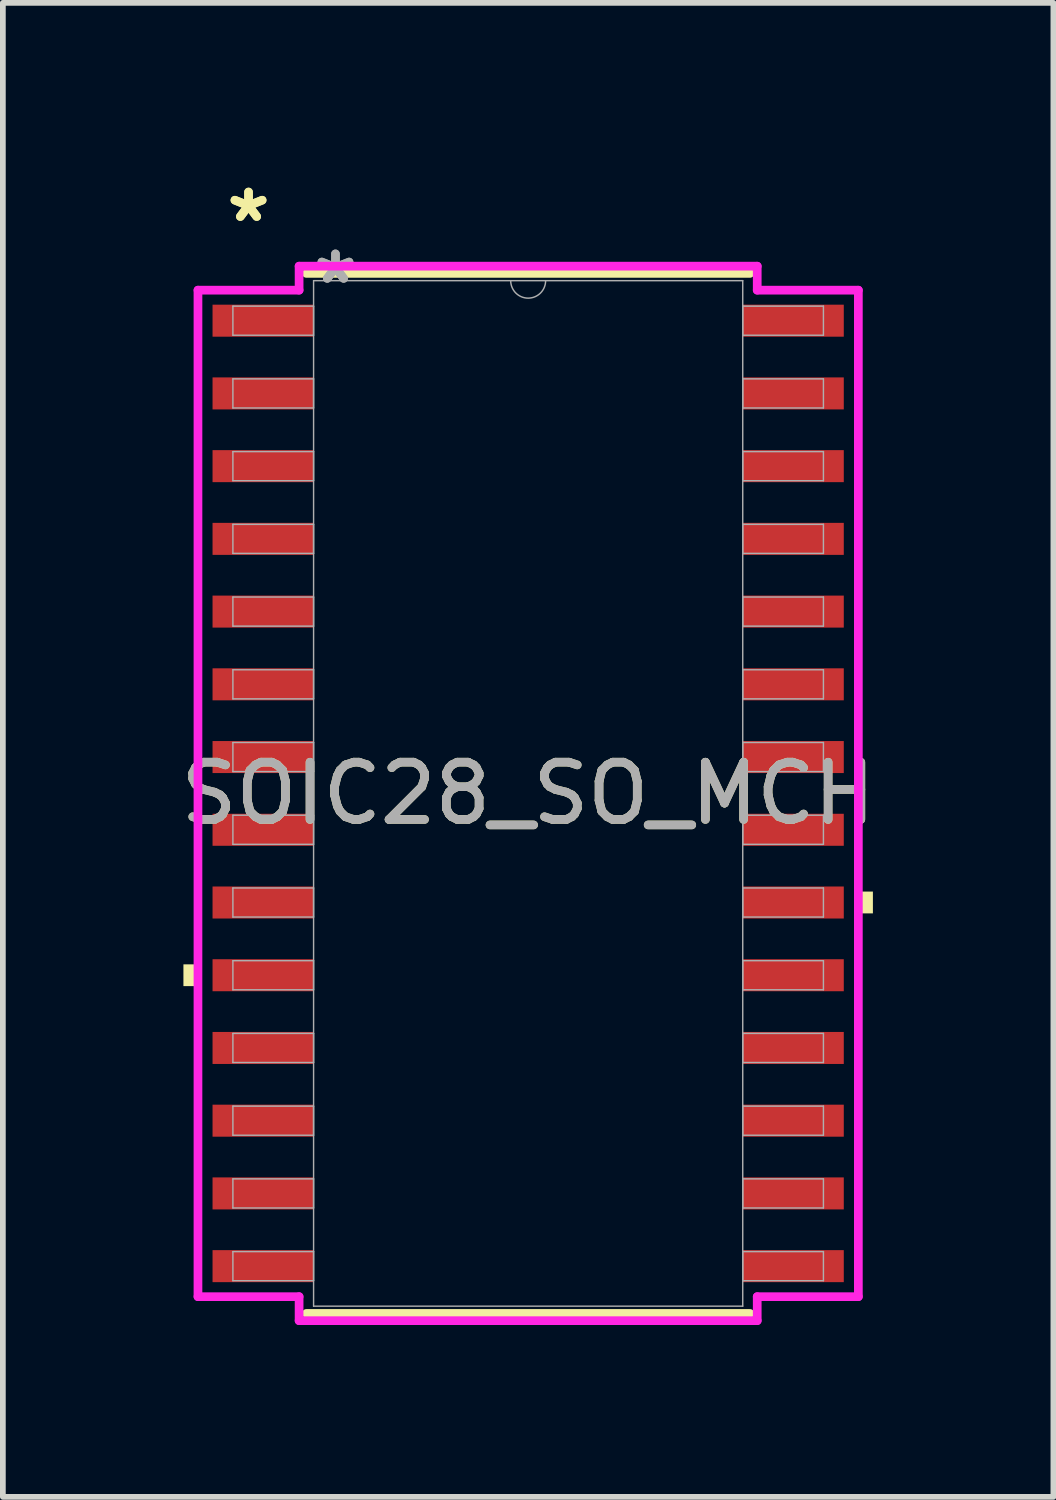
<source format=kicad_pcb>
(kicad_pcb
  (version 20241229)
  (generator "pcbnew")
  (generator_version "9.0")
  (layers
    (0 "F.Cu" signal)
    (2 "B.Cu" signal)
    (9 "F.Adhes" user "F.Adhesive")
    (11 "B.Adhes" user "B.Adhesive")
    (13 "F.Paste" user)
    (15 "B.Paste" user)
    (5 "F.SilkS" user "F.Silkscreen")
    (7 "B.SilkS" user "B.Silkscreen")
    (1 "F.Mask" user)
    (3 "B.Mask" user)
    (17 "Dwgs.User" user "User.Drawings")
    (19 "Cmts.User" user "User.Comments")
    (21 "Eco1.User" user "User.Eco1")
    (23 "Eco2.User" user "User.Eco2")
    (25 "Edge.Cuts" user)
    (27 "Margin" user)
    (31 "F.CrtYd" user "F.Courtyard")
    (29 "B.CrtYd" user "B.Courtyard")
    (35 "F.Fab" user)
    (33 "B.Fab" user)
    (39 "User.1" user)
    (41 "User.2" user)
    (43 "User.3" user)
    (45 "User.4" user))
  (footprint "SOIC28_SO_MCH"
    (layer "F.Cu")
    (at 6.173 10.805)
    (property "Reference" "SOIC28_SO_MCH" (at 0 0 0) (unlocked yes) (layer "F.SilkS") (effects (font (size 1 1) (thickness 0.15))))
    (attr smd)
    (fp_line (start -3.873 9.081) (end 3.873 9.081) (stroke (width 0.152) (type solid)) (layer "F.SilkS"))
    (fp_line (start 3.873 -9.081) (end -3.873 -9.081) (stroke (width 0.152) (type solid)) (layer "F.SilkS"))
    (fp_poly (pts (xy -6.02 2.985) (xy -6.02 3.365) (xy -5.766 3.365) (xy -5.766 2.985)) (stroke (width 0) (type solid)) (fill yes) (layer "F.SilkS"))
    (fp_poly (pts (xy 6.02 1.714) (xy 6.02 2.095) (xy 5.766 2.095) (xy 5.766 1.714)) (stroke (width 0) (type solid)) (fill yes) (layer "F.SilkS"))
    (fp_line (start -5.766 -8.788) (end -4 -8.788) (stroke (width 0.152) (type solid)) (layer "F.CrtYd"))
    (fp_line (start -5.766 8.788) (end -5.766 -8.788) (stroke (width 0.152) (type solid)) (layer "F.CrtYd"))
    (fp_line (start -5.766 8.788) (end -4 8.788) (stroke (width 0.152) (type solid)) (layer "F.CrtYd"))
    (fp_line (start -4 -9.207) (end 4 -9.207) (stroke (width 0.152) (type solid)) (layer "F.CrtYd"))
    (fp_line (start -4 -8.788) (end -4 -9.207) (stroke (width 0.152) (type solid)) (layer "F.CrtYd"))
    (fp_line (start -4 9.207) (end -4 8.788) (stroke (width 0.152) (type solid)) (layer "F.CrtYd"))
    (fp_line (start 4 -9.207) (end 4 -8.788) (stroke (width 0.152) (type solid)) (layer "F.CrtYd"))
    (fp_line (start 4 8.788) (end 4 9.207) (stroke (width 0.152) (type solid)) (layer "F.CrtYd"))
    (fp_line (start 4 9.207) (end -4 9.207) (stroke (width 0.152) (type solid)) (layer "F.CrtYd"))
    (fp_line (start 5.766 -8.788) (end 4 -8.788) (stroke (width 0.152) (type solid)) (layer "F.CrtYd"))
    (fp_line (start 5.766 -8.788) (end 5.766 8.788) (stroke (width 0.152) (type solid)) (layer "F.CrtYd"))
    (fp_line (start 5.766 8.788) (end 4 8.788) (stroke (width 0.152) (type solid)) (layer "F.CrtYd"))
    (fp_line (start -5.156 -8.509) (end -5.156 -8.001) (stroke (width 0.025) (type solid)) (layer "F.Fab"))
    (fp_line (start -5.156 -8.001) (end -3.747 -8.001) (stroke (width 0.025) (type solid)) (layer "F.Fab"))
    (fp_line (start -5.156 -7.239) (end -5.156 -6.731) (stroke (width 0.025) (type solid)) (layer "F.Fab"))
    (fp_line (start -5.156 -6.731) (end -3.747 -6.731) (stroke (width 0.025) (type solid)) (layer "F.Fab"))
    (fp_line (start -5.156 -5.969) (end -5.156 -5.461) (stroke (width 0.025) (type solid)) (layer "F.Fab"))
    (fp_line (start -5.156 -5.461) (end -3.747 -5.461) (stroke (width 0.025) (type solid)) (layer "F.Fab"))
    (fp_line (start -5.156 -4.699) (end -5.156 -4.191) (stroke (width 0.025) (type solid)) (layer "F.Fab"))
    (fp_line (start -5.156 -4.191) (end -3.747 -4.191) (stroke (width 0.025) (type solid)) (layer "F.Fab"))
    (fp_line (start -5.156 -3.429) (end -5.156 -2.921) (stroke (width 0.025) (type solid)) (layer "F.Fab"))
    (fp_line (start -5.156 -2.921) (end -3.747 -2.921) (stroke (width 0.025) (type solid)) (layer "F.Fab"))
    (fp_line (start -5.156 -2.159) (end -5.156 -1.651) (stroke (width 0.025) (type solid)) (layer "F.Fab"))
    (fp_line (start -5.156 -1.651) (end -3.747 -1.651) (stroke (width 0.025) (type solid)) (layer "F.Fab"))
    (fp_line (start -5.156 -0.889) (end -5.156 -0.381) (stroke (width 0.025) (type solid)) (layer "F.Fab"))
    (fp_line (start -5.156 -0.381) (end -3.747 -0.381) (stroke (width 0.025) (type solid)) (layer "F.Fab"))
    (fp_line (start -5.156 0.381) (end -5.156 0.889) (stroke (width 0.025) (type solid)) (layer "F.Fab"))
    (fp_line (start -5.156 0.889) (end -3.747 0.889) (stroke (width 0.025) (type solid)) (layer "F.Fab"))
    (fp_line (start -5.156 1.651) (end -5.156 2.159) (stroke (width 0.025) (type solid)) (layer "F.Fab"))
    (fp_line (start -5.156 2.159) (end -3.747 2.159) (stroke (width 0.025) (type solid)) (layer "F.Fab"))
    (fp_line (start -5.156 2.921) (end -5.156 3.429) (stroke (width 0.025) (type solid)) (layer "F.Fab"))
    (fp_line (start -5.156 3.429) (end -3.747 3.429) (stroke (width 0.025) (type solid)) (layer "F.Fab"))
    (fp_line (start -5.156 4.191) (end -5.156 4.699) (stroke (width 0.025) (type solid)) (layer "F.Fab"))
    (fp_line (start -5.156 4.699) (end -3.747 4.699) (stroke (width 0.025) (type solid)) (layer "F.Fab"))
    (fp_line (start -5.156 5.461) (end -5.156 5.969) (stroke (width 0.025) (type solid)) (layer "F.Fab"))
    (fp_line (start -5.156 5.969) (end -3.747 5.969) (stroke (width 0.025) (type solid)) (layer "F.Fab"))
    (fp_line (start -5.156 6.731) (end -5.156 7.239) (stroke (width 0.025) (type solid)) (layer "F.Fab"))
    (fp_line (start -5.156 7.239) (end -3.747 7.239) (stroke (width 0.025) (type solid)) (layer "F.Fab"))
    (fp_line (start -5.156 8.001) (end -5.156 8.509) (stroke (width 0.025) (type solid)) (layer "F.Fab"))
    (fp_line (start -5.156 8.509) (end -3.747 8.509) (stroke (width 0.025) (type solid)) (layer "F.Fab"))
    (fp_line (start -3.747 -8.954) (end -3.747 8.954) (stroke (width 0.025) (type solid)) (layer "F.Fab"))
    (fp_line (start -3.747 -8.509) (end -5.156 -8.509) (stroke (width 0.025) (type solid)) (layer "F.Fab"))
    (fp_line (start -3.747 -8.001) (end -3.747 -8.509) (stroke (width 0.025) (type solid)) (layer "F.Fab"))
    (fp_line (start -3.747 -7.239) (end -5.156 -7.239) (stroke (width 0.025) (type solid)) (layer "F.Fab"))
    (fp_line (start -3.747 -6.731) (end -3.747 -7.239) (stroke (width 0.025) (type solid)) (layer "F.Fab"))
    (fp_line (start -3.747 -5.969) (end -5.156 -5.969) (stroke (width 0.025) (type solid)) (layer "F.Fab"))
    (fp_line (start -3.747 -5.461) (end -3.747 -5.969) (stroke (width 0.025) (type solid)) (layer "F.Fab"))
    (fp_line (start -3.747 -4.699) (end -5.156 -4.699) (stroke (width 0.025) (type solid)) (layer "F.Fab"))
    (fp_line (start -3.747 -4.191) (end -3.747 -4.699) (stroke (width 0.025) (type solid)) (layer "F.Fab"))
    (fp_line (start -3.747 -3.429) (end -5.156 -3.429) (stroke (width 0.025) (type solid)) (layer "F.Fab"))
    (fp_line (start -3.747 -2.921) (end -3.747 -3.429) (stroke (width 0.025) (type solid)) (layer "F.Fab"))
    (fp_line (start -3.747 -2.159) (end -5.156 -2.159) (stroke (width 0.025) (type solid)) (layer "F.Fab"))
    (fp_line (start -3.747 -1.651) (end -3.747 -2.159) (stroke (width 0.025) (type solid)) (layer "F.Fab"))
    (fp_line (start -3.747 -0.889) (end -5.156 -0.889) (stroke (width 0.025) (type solid)) (layer "F.Fab"))
    (fp_line (start -3.747 -0.381) (end -3.747 -0.889) (stroke (width 0.025) (type solid)) (layer "F.Fab"))
    (fp_line (start -3.747 0.381) (end -5.156 0.381) (stroke (width 0.025) (type solid)) (layer "F.Fab"))
    (fp_line (start -3.747 0.889) (end -3.747 0.381) (stroke (width 0.025) (type solid)) (layer "F.Fab"))
    (fp_line (start -3.747 1.651) (end -5.156 1.651) (stroke (width 0.025) (type solid)) (layer "F.Fab"))
    (fp_line (start -3.747 2.159) (end -3.747 1.651) (stroke (width 0.025) (type solid)) (layer "F.Fab"))
    (fp_line (start -3.747 2.921) (end -5.156 2.921) (stroke (width 0.025) (type solid)) (layer "F.Fab"))
    (fp_line (start -3.747 3.429) (end -3.747 2.921) (stroke (width 0.025) (type solid)) (layer "F.Fab"))
    (fp_line (start -3.747 4.191) (end -5.156 4.191) (stroke (width 0.025) (type solid)) (layer "F.Fab"))
    (fp_line (start -3.747 4.699) (end -3.747 4.191) (stroke (width 0.025) (type solid)) (layer "F.Fab"))
    (fp_line (start -3.747 5.461) (end -5.156 5.461) (stroke (width 0.025) (type solid)) (layer "F.Fab"))
    (fp_line (start -3.747 5.969) (end -3.747 5.461) (stroke (width 0.025) (type solid)) (layer "F.Fab"))
    (fp_line (start -3.747 6.731) (end -5.156 6.731) (stroke (width 0.025) (type solid)) (layer "F.Fab"))
    (fp_line (start -3.747 7.239) (end -3.747 6.731) (stroke (width 0.025) (type solid)) (layer "F.Fab"))
    (fp_line (start -3.747 8.001) (end -5.156 8.001) (stroke (width 0.025) (type solid)) (layer "F.Fab"))
    (fp_line (start -3.747 8.509) (end -3.747 8.001) (stroke (width 0.025) (type solid)) (layer "F.Fab"))
    (fp_line (start -3.747 8.954) (end 3.747 8.954) (stroke (width 0.025) (type solid)) (layer "F.Fab"))
    (fp_line (start 3.747 -8.954) (end -3.747 -8.954) (stroke (width 0.025) (type solid)) (layer "F.Fab"))
    (fp_line (start 3.747 -8.509) (end 3.747 -8.001) (stroke (width 0.025) (type solid)) (layer "F.Fab"))
    (fp_line (start 3.747 -8.001) (end 5.156 -8.001) (stroke (width 0.025) (type solid)) (layer "F.Fab"))
    (fp_line (start 3.747 -7.239) (end 3.747 -6.731) (stroke (width 0.025) (type solid)) (layer "F.Fab"))
    (fp_line (start 3.747 -6.731) (end 5.156 -6.731) (stroke (width 0.025) (type solid)) (layer "F.Fab"))
    (fp_line (start 3.747 -5.969) (end 3.747 -5.461) (stroke (width 0.025) (type solid)) (layer "F.Fab"))
    (fp_line (start 3.747 -5.461) (end 5.156 -5.461) (stroke (width 0.025) (type solid)) (layer "F.Fab"))
    (fp_line (start 3.747 -4.699) (end 3.747 -4.191) (stroke (width 0.025) (type solid)) (layer "F.Fab"))
    (fp_line (start 3.747 -4.191) (end 5.156 -4.191) (stroke (width 0.025) (type solid)) (layer "F.Fab"))
    (fp_line (start 3.747 -3.429) (end 3.747 -2.921) (stroke (width 0.025) (type solid)) (layer "F.Fab"))
    (fp_line (start 3.747 -2.921) (end 5.156 -2.921) (stroke (width 0.025) (type solid)) (layer "F.Fab"))
    (fp_line (start 3.747 -2.159) (end 3.747 -1.651) (stroke (width 0.025) (type solid)) (layer "F.Fab"))
    (fp_line (start 3.747 -1.651) (end 5.156 -1.651) (stroke (width 0.025) (type solid)) (layer "F.Fab"))
    (fp_line (start 3.747 -0.889) (end 3.747 -0.381) (stroke (width 0.025) (type solid)) (layer "F.Fab"))
    (fp_line (start 3.747 -0.381) (end 5.156 -0.381) (stroke (width 0.025) (type solid)) (layer "F.Fab"))
    (fp_line (start 3.747 0.381) (end 3.747 0.889) (stroke (width 0.025) (type solid)) (layer "F.Fab"))
    (fp_line (start 3.747 0.889) (end 5.156 0.889) (stroke (width 0.025) (type solid)) (layer "F.Fab"))
    (fp_line (start 3.747 1.651) (end 3.747 2.159) (stroke (width 0.025) (type solid)) (layer "F.Fab"))
    (fp_line (start 3.747 2.159) (end 5.156 2.159) (stroke (width 0.025) (type solid)) (layer "F.Fab"))
    (fp_line (start 3.747 2.921) (end 3.747 3.429) (stroke (width 0.025) (type solid)) (layer "F.Fab"))
    (fp_line (start 3.747 3.429) (end 5.156 3.429) (stroke (width 0.025) (type solid)) (layer "F.Fab"))
    (fp_line (start 3.747 4.191) (end 3.747 4.699) (stroke (width 0.025) (type solid)) (layer "F.Fab"))
    (fp_line (start 3.747 4.699) (end 5.156 4.699) (stroke (width 0.025) (type solid)) (layer "F.Fab"))
    (fp_line (start 3.747 5.461) (end 3.747 5.969) (stroke (width 0.025) (type solid)) (layer "F.Fab"))
    (fp_line (start 3.747 5.969) (end 5.156 5.969) (stroke (width 0.025) (type solid)) (layer "F.Fab"))
    (fp_line (start 3.747 6.731) (end 3.747 7.239) (stroke (width 0.025) (type solid)) (layer "F.Fab"))
    (fp_line (start 3.747 7.239) (end 5.156 7.239) (stroke (width 0.025) (type solid)) (layer "F.Fab"))
    (fp_line (start 3.747 8.001) (end 3.747 8.509) (stroke (width 0.025) (type solid)) (layer "F.Fab"))
    (fp_line (start 3.747 8.509) (end 5.156 8.509) (stroke (width 0.025) (type solid)) (layer "F.Fab"))
    (fp_line (start 3.747 8.954) (end 3.747 -8.954) (stroke (width 0.025) (type solid)) (layer "F.Fab"))
    (fp_line (start 5.156 -8.509) (end 3.747 -8.509) (stroke (width 0.025) (type solid)) (layer "F.Fab"))
    (fp_line (start 5.156 -8.001) (end 5.156 -8.509) (stroke (width 0.025) (type solid)) (layer "F.Fab"))
    (fp_line (start 5.156 -7.239) (end 3.747 -7.239) (stroke (width 0.025) (type solid)) (layer "F.Fab"))
    (fp_line (start 5.156 -6.731) (end 5.156 -7.239) (stroke (width 0.025) (type solid)) (layer "F.Fab"))
    (fp_line (start 5.156 -5.969) (end 3.747 -5.969) (stroke (width 0.025) (type solid)) (layer "F.Fab"))
    (fp_line (start 5.156 -5.461) (end 5.156 -5.969) (stroke (width 0.025) (type solid)) (layer "F.Fab"))
    (fp_line (start 5.156 -4.699) (end 3.747 -4.699) (stroke (width 0.025) (type solid)) (layer "F.Fab"))
    (fp_line (start 5.156 -4.191) (end 5.156 -4.699) (stroke (width 0.025) (type solid)) (layer "F.Fab"))
    (fp_line (start 5.156 -3.429) (end 3.747 -3.429) (stroke (width 0.025) (type solid)) (layer "F.Fab"))
    (fp_line (start 5.156 -2.921) (end 5.156 -3.429) (stroke (width 0.025) (type solid)) (layer "F.Fab"))
    (fp_line (start 5.156 -2.159) (end 3.747 -2.159) (stroke (width 0.025) (type solid)) (layer "F.Fab"))
    (fp_line (start 5.156 -1.651) (end 5.156 -2.159) (stroke (width 0.025) (type solid)) (layer "F.Fab"))
    (fp_line (start 5.156 -0.889) (end 3.747 -0.889) (stroke (width 0.025) (type solid)) (layer "F.Fab"))
    (fp_line (start 5.156 -0.381) (end 5.156 -0.889) (stroke (width 0.025) (type solid)) (layer "F.Fab"))
    (fp_line (start 5.156 0.381) (end 3.747 0.381) (stroke (width 0.025) (type solid)) (layer "F.Fab"))
    (fp_line (start 5.156 0.889) (end 5.156 0.381) (stroke (width 0.025) (type solid)) (layer "F.Fab"))
    (fp_line (start 5.156 1.651) (end 3.747 1.651) (stroke (width 0.025) (type solid)) (layer "F.Fab"))
    (fp_line (start 5.156 2.159) (end 5.156 1.651) (stroke (width 0.025) (type solid)) (layer "F.Fab"))
    (fp_line (start 5.156 2.921) (end 3.747 2.921) (stroke (width 0.025) (type solid)) (layer "F.Fab"))
    (fp_line (start 5.156 3.429) (end 5.156 2.921) (stroke (width 0.025) (type solid)) (layer "F.Fab"))
    (fp_line (start 5.156 4.191) (end 3.747 4.191) (stroke (width 0.025) (type solid)) (layer "F.Fab"))
    (fp_line (start 5.156 4.699) (end 5.156 4.191) (stroke (width 0.025) (type solid)) (layer "F.Fab"))
    (fp_line (start 5.156 5.461) (end 3.747 5.461) (stroke (width 0.025) (type solid)) (layer "F.Fab"))
    (fp_line (start 5.156 5.969) (end 5.156 5.461) (stroke (width 0.025) (type solid)) (layer "F.Fab"))
    (fp_line (start 5.156 6.731) (end 3.747 6.731) (stroke (width 0.025) (type solid)) (layer "F.Fab"))
    (fp_line (start 5.156 7.239) (end 5.156 6.731) (stroke (width 0.025) (type solid)) (layer "F.Fab"))
    (fp_line (start 5.156 8.001) (end 3.747 8.001) (stroke (width 0.025) (type solid)) (layer "F.Fab"))
    (fp_line (start 5.156 8.509) (end 5.156 8.001) (stroke (width 0.025) (type solid)) (layer "F.Fab"))
    (fp_arc (start 0.3048 -8.9535) (mid 0 -8.6487) (end -0.3048 -8.9535) (stroke (width 0.0254) (type solid)) (layer "F.Fab"))
    (fp_text user "*" (at -4.883 -9.957 0) (layer "F.SilkS") (effects (font (size 1 1) (thickness 0.15))))
    (fp_text user "*" (at -4.883 -9.957 0) (unlocked yes) (layer "F.SilkS") (effects (font (size 1 1) (thickness 0.15))))
    (fp_text user "*" (at -3.365 -8.877 0) (layer "F.Fab") (effects (font (size 1 1) (thickness 0.15))))
    (fp_text user "${REFERENCE}" (at 0 0 0) (unlocked yes) (layer "F.Fab") (effects (font (size 1 1) (thickness 0.15))))
    (fp_text user "*" (at -3.365 -8.877 0) (unlocked yes) (layer "F.Fab") (effects (font (size 1 1) (thickness 0.15))))
    (pad "1" smd rect (at -4.629 -8.255) (size 1.765 0.559) (layers "F.Cu" "F.Mask" "F.Paste"))
    (pad "2" smd rect (at -4.629 -6.985) (size 1.765 0.559) (layers "F.Cu" "F.Mask" "F.Paste"))
    (pad "3" smd rect (at -4.629 -5.715) (size 1.765 0.559) (layers "F.Cu" "F.Mask" "F.Paste"))
    (pad "4" smd rect (at -4.629 -4.445) (size 1.765 0.559) (layers "F.Cu" "F.Mask" "F.Paste"))
    (pad "5" smd rect (at -4.629 -3.175) (size 1.765 0.559) (layers "F.Cu" "F.Mask" "F.Paste"))
    (pad "6" smd rect (at -4.629 -1.905) (size 1.765 0.559) (layers "F.Cu" "F.Mask" "F.Paste"))
    (pad "7" smd rect (at -4.629 -0.635) (size 1.765 0.559) (layers "F.Cu" "F.Mask" "F.Paste"))
    (pad "8" smd rect (at -4.629 0.635) (size 1.765 0.559) (layers "F.Cu" "F.Mask" "F.Paste"))
    (pad "9" smd rect (at -4.629 1.905) (size 1.765 0.559) (layers "F.Cu" "F.Mask" "F.Paste"))
    (pad "10" smd rect (at -4.629 3.175) (size 1.765 0.559) (layers "F.Cu" "F.Mask" "F.Paste"))
    (pad "11" smd rect (at -4.629 4.445) (size 1.765 0.559) (layers "F.Cu" "F.Mask" "F.Paste"))
    (pad "12" smd rect (at -4.629 5.715) (size 1.765 0.559) (layers "F.Cu" "F.Mask" "F.Paste"))
    (pad "13" smd rect (at -4.629 6.985) (size 1.765 0.559) (layers "F.Cu" "F.Mask" "F.Paste"))
    (pad "14" smd rect (at -4.629 8.255) (size 1.765 0.559) (layers "F.Cu" "F.Mask" "F.Paste"))
    (pad "15" smd rect (at 4.629 8.255) (size 1.765 0.559) (layers "F.Cu" "F.Mask" "F.Paste"))
    (pad "16" smd rect (at 4.629 6.985) (size 1.765 0.559) (layers "F.Cu" "F.Mask" "F.Paste"))
    (pad "17" smd rect (at 4.629 5.715) (size 1.765 0.559) (layers "F.Cu" "F.Mask" "F.Paste"))
    (pad "18" smd rect (at 4.629 4.445) (size 1.765 0.559) (layers "F.Cu" "F.Mask" "F.Paste"))
    (pad "19" smd rect (at 4.629 3.175) (size 1.765 0.559) (layers "F.Cu" "F.Mask" "F.Paste"))
    (pad "20" smd rect (at 4.629 1.905) (size 1.765 0.559) (layers "F.Cu" "F.Mask" "F.Paste"))
    (pad "21" smd rect (at 4.629 0.635) (size 1.765 0.559) (layers "F.Cu" "F.Mask" "F.Paste"))
    (pad "22" smd rect (at 4.629 -0.635) (size 1.765 0.559) (layers "F.Cu" "F.Mask" "F.Paste"))
    (pad "23" smd rect (at 4.629 -1.905) (size 1.765 0.559) (layers "F.Cu" "F.Mask" "F.Paste"))
    (pad "24" smd rect (at 4.629 -3.175) (size 1.765 0.559) (layers "F.Cu" "F.Mask" "F.Paste"))
    (pad "25" smd rect (at 4.629 -4.445) (size 1.765 0.559) (layers "F.Cu" "F.Mask" "F.Paste"))
    (pad "26" smd rect (at 4.629 -5.715) (size 1.765 0.559) (layers "F.Cu" "F.Mask" "F.Paste"))
    (pad "27" smd rect (at 4.629 -6.985) (size 1.765 0.559) (layers "F.Cu" "F.Mask" "F.Paste"))
    (pad "28" smd rect (at 4.629 -8.255) (size 1.765 0.559) (layers "F.Cu" "F.Mask" "F.Paste")))
  (gr_rect
    (start -3 -3)
    (end 15.345 23.089)
    (stroke (width 0.1) (type default))
    (fill no)
    (layer "Edge.Cuts")))
</source>
